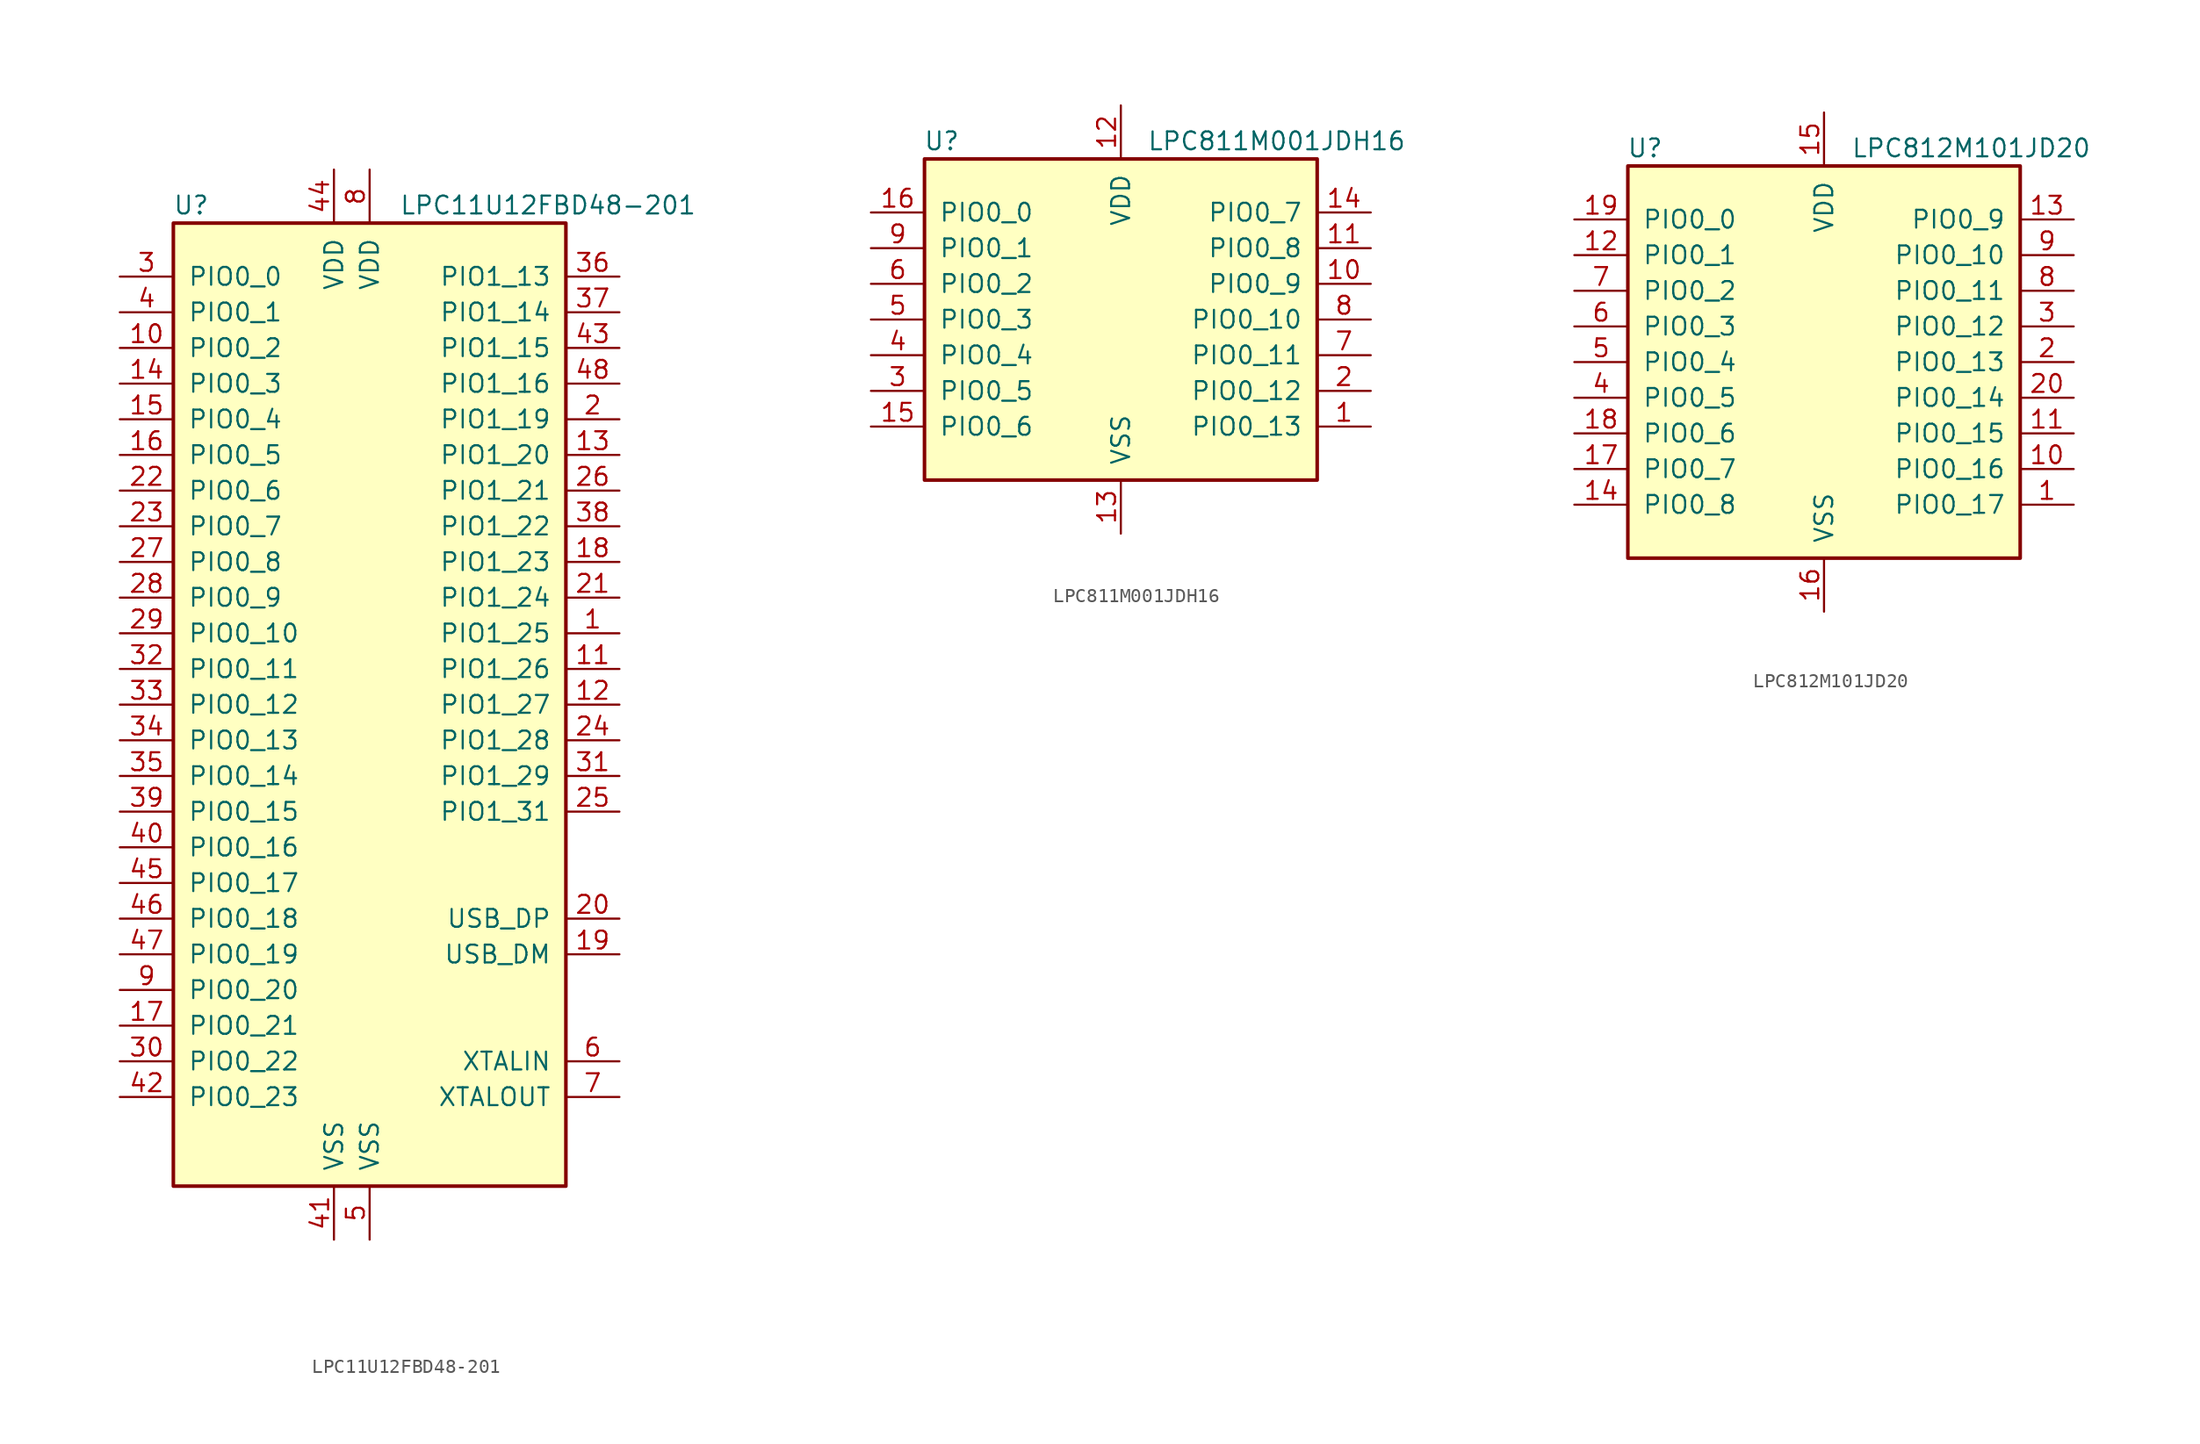
<source format=kicad_sym>
(kicad_symbol_lib
  (version 20220914)
  (generator kicad_symbol_editor)
  (symbol "LPC11U12FBD48-201"
    (pin_names
      (offset 1.016))
    (property "Reference" "U"
      (at -12.7 35.56 0)
      (effects (font (size 1.27 1.27))))
    (property "Value" "LPC11U12FBD48-201"
      (at 12.7 35.56 0)
      (effects (font (size 1.27 1.27))))
    (symbol "LPC11U12FBD48-201_0_1"
      (rectangle (start -13.97 34.29) (end 13.97 -34.29) (stroke (width 0.254) (type default)) (fill (type background))))
    (symbol "LPC11U12FBD48-201_1_1"
      (pin bidirectional line (at 17.78 5.08 180) (length 3.81) (name "PIO1_25" (effects (font (size 1.27 1.27)))) (number "1" (effects (font (size 1.27 1.27)))))
      (pin bidirectional line (at -17.78 25.4 0) (length 3.81) (name "PIO0_2" (effects (font (size 1.27 1.27)))) (number "10" (effects (font (size 1.27 1.27)))))
      (pin bidirectional line (at 17.78 2.54 180) (length 3.81) (name "PIO1_26" (effects (font (size 1.27 1.27)))) (number "11" (effects (font (size 1.27 1.27)))))
      (pin bidirectional line (at 17.78 0 180) (length 3.81) (name "PIO1_27" (effects (font (size 1.27 1.27)))) (number "12" (effects (font (size 1.27 1.27)))))
      (pin bidirectional line (at 17.78 17.78 180) (length 3.81) (name "PIO1_20" (effects (font (size 1.27 1.27)))) (number "13" (effects (font (size 1.27 1.27)))))
      (pin bidirectional line (at -17.78 22.86 0) (length 3.81) (name "PIO0_3" (effects (font (size 1.27 1.27)))) (number "14" (effects (font (size 1.27 1.27)))))
      (pin bidirectional line (at -17.78 20.32 0) (length 3.81) (name "PIO0_4" (effects (font (size 1.27 1.27)))) (number "15" (effects (font (size 1.27 1.27)))))
      (pin bidirectional line (at -17.78 17.78 0) (length 3.81) (name "PIO0_5" (effects (font (size 1.27 1.27)))) (number "16" (effects (font (size 1.27 1.27)))))
      (pin bidirectional line (at -17.78 -22.86 0) (length 3.81) (name "PIO0_21" (effects (font (size 1.27 1.27)))) (number "17" (effects (font (size 1.27 1.27)))))
      (pin bidirectional line (at 17.78 10.16 180) (length 3.81) (name "PIO1_23" (effects (font (size 1.27 1.27)))) (number "18" (effects (font (size 1.27 1.27)))))
      (pin bidirectional line (at 17.78 -17.78 180) (length 3.81) (name "USB_DM" (effects (font (size 1.27 1.27)))) (number "19" (effects (font (size 1.27 1.27)))))
      (pin bidirectional line (at 17.78 20.32 180) (length 3.81) (name "PIO1_19" (effects (font (size 1.27 1.27)))) (number "2" (effects (font (size 1.27 1.27)))))
      (pin bidirectional line (at 17.78 -15.24 180) (length 3.81) (name "USB_DP" (effects (font (size 1.27 1.27)))) (number "20" (effects (font (size 1.27 1.27)))))
      (pin bidirectional line (at 17.78 7.62 180) (length 3.81) (name "PIO1_24" (effects (font (size 1.27 1.27)))) (number "21" (effects (font (size 1.27 1.27)))))
      (pin bidirectional line (at -17.78 15.24 0) (length 3.81) (name "PIO0_6" (effects (font (size 1.27 1.27)))) (number "22" (effects (font (size 1.27 1.27)))))
      (pin bidirectional line (at -17.78 12.7 0) (length 3.81) (name "PIO0_7" (effects (font (size 1.27 1.27)))) (number "23" (effects (font (size 1.27 1.27)))))
      (pin bidirectional line (at 17.78 -2.54 180) (length 3.81) (name "PIO1_28" (effects (font (size 1.27 1.27)))) (number "24" (effects (font (size 1.27 1.27)))))
      (pin bidirectional line (at 17.78 -7.62 180) (length 3.81) (name "PIO1_31" (effects (font (size 1.27 1.27)))) (number "25" (effects (font (size 1.27 1.27)))))
      (pin bidirectional line (at 17.78 15.24 180) (length 3.81) (name "PIO1_21" (effects (font (size 1.27 1.27)))) (number "26" (effects (font (size 1.27 1.27)))))
      (pin bidirectional line (at -17.78 10.16 0) (length 3.81) (name "PIO0_8" (effects (font (size 1.27 1.27)))) (number "27" (effects (font (size 1.27 1.27)))))
      (pin bidirectional line (at -17.78 7.62 0) (length 3.81) (name "PIO0_9" (effects (font (size 1.27 1.27)))) (number "28" (effects (font (size 1.27 1.27)))))
      (pin bidirectional line (at -17.78 5.08 0) (length 3.81) (name "PIO0_10" (effects (font (size 1.27 1.27)))) (number "29" (effects (font (size 1.27 1.27)))))
      (pin bidirectional line (at -17.78 30.48 0) (length 3.81) (name "PIO0_0" (effects (font (size 1.27 1.27)))) (number "3" (effects (font (size 1.27 1.27)))))
      (pin bidirectional line (at -17.78 -25.4 0) (length 3.81) (name "PIO0_22" (effects (font (size 1.27 1.27)))) (number "30" (effects (font (size 1.27 1.27)))))
      (pin bidirectional line (at 17.78 -5.08 180) (length 3.81) (name "PIO1_29" (effects (font (size 1.27 1.27)))) (number "31" (effects (font (size 1.27 1.27)))))
      (pin bidirectional line (at -17.78 2.54 0) (length 3.81) (name "PIO0_11" (effects (font (size 1.27 1.27)))) (number "32" (effects (font (size 1.27 1.27)))))
      (pin bidirectional line (at -17.78 0 0) (length 3.81) (name "PIO0_12" (effects (font (size 1.27 1.27)))) (number "33" (effects (font (size 1.27 1.27)))))
      (pin bidirectional line (at -17.78 -2.54 0) (length 3.81) (name "PIO0_13" (effects (font (size 1.27 1.27)))) (number "34" (effects (font (size 1.27 1.27)))))
      (pin bidirectional line (at -17.78 -5.08 0) (length 3.81) (name "PIO0_14" (effects (font (size 1.27 1.27)))) (number "35" (effects (font (size 1.27 1.27)))))
      (pin bidirectional line (at 17.78 30.48 180) (length 3.81) (name "PIO1_13" (effects (font (size 1.27 1.27)))) (number "36" (effects (font (size 1.27 1.27)))))
      (pin bidirectional line (at 17.78 27.94 180) (length 3.81) (name "PIO1_14" (effects (font (size 1.27 1.27)))) (number "37" (effects (font (size 1.27 1.27)))))
      (pin bidirectional line (at 17.78 12.7 180) (length 3.81) (name "PIO1_22" (effects (font (size 1.27 1.27)))) (number "38" (effects (font (size 1.27 1.27)))))
      (pin bidirectional line (at -17.78 -7.62 0) (length 3.81) (name "PIO0_15" (effects (font (size 1.27 1.27)))) (number "39" (effects (font (size 1.27 1.27)))))
      (pin bidirectional line (at -17.78 27.94 0) (length 3.81) (name "PIO0_1" (effects (font (size 1.27 1.27)))) (number "4" (effects (font (size 1.27 1.27)))))
      (pin bidirectional line (at -17.78 -10.16 0) (length 3.81) (name "PIO0_16" (effects (font (size 1.27 1.27)))) (number "40" (effects (font (size 1.27 1.27)))))
      (pin power_in line (at -2.54 -38.1 90) (length 3.81) (name "VSS" (effects (font (size 1.27 1.27)))) (number "41" (effects (font (size 1.27 1.27)))))
      (pin bidirectional line (at -17.78 -27.94 0) (length 3.81) (name "PIO0_23" (effects (font (size 1.27 1.27)))) (number "42" (effects (font (size 1.27 1.27)))))
      (pin bidirectional line (at 17.78 25.4 180) (length 3.81) (name "PIO1_15" (effects (font (size 1.27 1.27)))) (number "43" (effects (font (size 1.27 1.27)))))
      (pin power_in line (at -2.54 38.1 270) (length 3.81) (name "VDD" (effects (font (size 1.27 1.27)))) (number "44" (effects (font (size 1.27 1.27)))))
      (pin bidirectional line (at -17.78 -12.7 0) (length 3.81) (name "PIO0_17" (effects (font (size 1.27 1.27)))) (number "45" (effects (font (size 1.27 1.27)))))
      (pin bidirectional line (at -17.78 -15.24 0) (length 3.81) (name "PIO0_18" (effects (font (size 1.27 1.27)))) (number "46" (effects (font (size 1.27 1.27)))))
      (pin bidirectional line (at -17.78 -17.78 0) (length 3.81) (name "PIO0_19" (effects (font (size 1.27 1.27)))) (number "47" (effects (font (size 1.27 1.27)))))
      (pin bidirectional line (at 17.78 22.86 180) (length 3.81) (name "PIO1_16" (effects (font (size 1.27 1.27)))) (number "48" (effects (font (size 1.27 1.27)))))
      (pin power_in line (at 0 -38.1 90) (length 3.81) (name "VSS" (effects (font (size 1.27 1.27)))) (number "5" (effects (font (size 1.27 1.27)))))
      (pin input line (at 17.78 -25.4 180) (length 3.81) (name "XTALIN" (effects (font (size 1.27 1.27)))) (number "6" (effects (font (size 1.27 1.27)))))
      (pin output line (at 17.78 -27.94 180) (length 3.81) (name "XTALOUT" (effects (font (size 1.27 1.27)))) (number "7" (effects (font (size 1.27 1.27)))))
      (pin power_in line (at 0 38.1 270) (length 3.81) (name "VDD" (effects (font (size 1.27 1.27)))) (number "8" (effects (font (size 1.27 1.27)))))
      (pin bidirectional line (at -17.78 -20.32 0) (length 3.81) (name "PIO0_20" (effects (font (size 1.27 1.27)))) (number "9" (effects (font (size 1.27 1.27)))))))
  (symbol "LPC811M001JDH16"
    (pin_names
      (offset 1.016))
    (property "Reference" "U"
      (at -11.43 12.7 0)
      (effects (font (size 1.27 1.27)) (justify right)))
    (property "Value" "LPC811M001JDH16"
      (at 20.32 12.7 0)
      (effects (font (size 1.27 1.27)) (justify right)))
    (symbol "LPC811M001JDH16_0_1"
      (rectangle (start 13.97 11.43) (end -13.97 -11.43) (stroke (width 0.254) (type default)) (fill (type background))))
    (symbol "LPC811M001JDH16_1_1"
      (pin bidirectional line (at 17.78 -7.62 180) (length 3.81) (name "PIO0_13" (effects (font (size 1.27 1.27)))) (number "1" (effects (font (size 1.27 1.27)))))
      (pin bidirectional line (at 17.78 2.54 180) (length 3.81) (name "PIO0_9" (effects (font (size 1.27 1.27)))) (number "10" (effects (font (size 1.27 1.27)))))
      (pin bidirectional line (at 17.78 5.08 180) (length 3.81) (name "PIO0_8" (effects (font (size 1.27 1.27)))) (number "11" (effects (font (size 1.27 1.27)))))
      (pin power_in line (at 0 15.24 270) (length 3.81) (name "VDD" (effects (font (size 1.27 1.27)))) (number "12" (effects (font (size 1.27 1.27)))))
      (pin power_in line (at 0 -15.24 90) (length 3.81) (name "VSS" (effects (font (size 1.27 1.27)))) (number "13" (effects (font (size 1.27 1.27)))))
      (pin bidirectional line (at 17.78 7.62 180) (length 3.81) (name "PIO0_7" (effects (font (size 1.27 1.27)))) (number "14" (effects (font (size 1.27 1.27)))))
      (pin bidirectional line (at -17.78 -7.62 0) (length 3.81) (name "PIO0_6" (effects (font (size 1.27 1.27)))) (number "15" (effects (font (size 1.27 1.27)))))
      (pin bidirectional line (at -17.78 7.62 0) (length 3.81) (name "PIO0_0" (effects (font (size 1.27 1.27)))) (number "16" (effects (font (size 1.27 1.27)))))
      (pin bidirectional line (at 17.78 -5.08 180) (length 3.81) (name "PIO0_12" (effects (font (size 1.27 1.27)))) (number "2" (effects (font (size 1.27 1.27)))))
      (pin bidirectional line (at -17.78 -5.08 0) (length 3.81) (name "PIO0_5" (effects (font (size 1.27 1.27)))) (number "3" (effects (font (size 1.27 1.27)))))
      (pin bidirectional line (at -17.78 -2.54 0) (length 3.81) (name "PIO0_4" (effects (font (size 1.27 1.27)))) (number "4" (effects (font (size 1.27 1.27)))))
      (pin bidirectional line (at -17.78 0 0) (length 3.81) (name "PIO0_3" (effects (font (size 1.27 1.27)))) (number "5" (effects (font (size 1.27 1.27)))))
      (pin bidirectional line (at -17.78 2.54 0) (length 3.81) (name "PIO0_2" (effects (font (size 1.27 1.27)))) (number "6" (effects (font (size 1.27 1.27)))))
      (pin bidirectional line (at 17.78 -2.54 180) (length 3.81) (name "PIO0_11" (effects (font (size 1.27 1.27)))) (number "7" (effects (font (size 1.27 1.27)))))
      (pin bidirectional line (at 17.78 0 180) (length 3.81) (name "PIO0_10" (effects (font (size 1.27 1.27)))) (number "8" (effects (font (size 1.27 1.27)))))
      (pin bidirectional line (at -17.78 5.08 0) (length 3.81) (name "PIO0_1" (effects (font (size 1.27 1.27)))) (number "9" (effects (font (size 1.27 1.27)))))))
  (symbol "LPC812M101JD20"
    (pin_names
      (offset 1.016))
    (property "Reference" "U"
      (at -11.43 15.24 0)
      (effects (font (size 1.27 1.27)) (justify right)))
    (property "Value" "LPC812M101JD20"
      (at 19.05 15.24 0)
      (effects (font (size 1.27 1.27)) (justify right)))
    (symbol "LPC812M101JD20_0_1"
      (rectangle (start 13.97 13.97) (end -13.97 -13.97) (stroke (width 0.254) (type default)) (fill (type background))))
    (symbol "LPC812M101JD20_1_1"
      (pin bidirectional line (at 17.78 -10.16 180) (length 3.81) (name "PIO0_17" (effects (font (size 1.27 1.27)))) (number "1" (effects (font (size 1.27 1.27)))))
      (pin bidirectional line (at 17.78 -7.62 180) (length 3.81) (name "PIO0_16" (effects (font (size 1.27 1.27)))) (number "10" (effects (font (size 1.27 1.27)))))
      (pin bidirectional line (at 17.78 -5.08 180) (length 3.81) (name "PIO0_15" (effects (font (size 1.27 1.27)))) (number "11" (effects (font (size 1.27 1.27)))))
      (pin bidirectional line (at -17.78 7.62 0) (length 3.81) (name "PIO0_1" (effects (font (size 1.27 1.27)))) (number "12" (effects (font (size 1.27 1.27)))))
      (pin bidirectional line (at 17.78 10.16 180) (length 3.81) (name "PIO0_9" (effects (font (size 1.27 1.27)))) (number "13" (effects (font (size 1.27 1.27)))))
      (pin bidirectional line (at -17.78 -10.16 0) (length 3.81) (name "PIO0_8" (effects (font (size 1.27 1.27)))) (number "14" (effects (font (size 1.27 1.27)))))
      (pin power_in line (at 0 17.78 270) (length 3.81) (name "VDD" (effects (font (size 1.27 1.27)))) (number "15" (effects (font (size 1.27 1.27)))))
      (pin power_in line (at 0 -17.78 90) (length 3.81) (name "VSS" (effects (font (size 1.27 1.27)))) (number "16" (effects (font (size 1.27 1.27)))))
      (pin bidirectional line (at -17.78 -7.62 0) (length 3.81) (name "PIO0_7" (effects (font (size 1.27 1.27)))) (number "17" (effects (font (size 1.27 1.27)))))
      (pin bidirectional line (at -17.78 -5.08 0) (length 3.81) (name "PIO0_6" (effects (font (size 1.27 1.27)))) (number "18" (effects (font (size 1.27 1.27)))))
      (pin bidirectional line (at -17.78 10.16 0) (length 3.81) (name "PIO0_0" (effects (font (size 1.27 1.27)))) (number "19" (effects (font (size 1.27 1.27)))))
      (pin bidirectional line (at 17.78 0 180) (length 3.81) (name "PIO0_13" (effects (font (size 1.27 1.27)))) (number "2" (effects (font (size 1.27 1.27)))))
      (pin bidirectional line (at 17.78 -2.54 180) (length 3.81) (name "PIO0_14" (effects (font (size 1.27 1.27)))) (number "20" (effects (font (size 1.27 1.27)))))
      (pin bidirectional line (at 17.78 2.54 180) (length 3.81) (name "PIO0_12" (effects (font (size 1.27 1.27)))) (number "3" (effects (font (size 1.27 1.27)))))
      (pin bidirectional line (at -17.78 -2.54 0) (length 3.81) (name "PIO0_5" (effects (font (size 1.27 1.27)))) (number "4" (effects (font (size 1.27 1.27)))))
      (pin bidirectional line (at -17.78 0 0) (length 3.81) (name "PIO0_4" (effects (font (size 1.27 1.27)))) (number "5" (effects (font (size 1.27 1.27)))))
      (pin bidirectional line (at -17.78 2.54 0) (length 3.81) (name "PIO0_3" (effects (font (size 1.27 1.27)))) (number "6" (effects (font (size 1.27 1.27)))))
      (pin bidirectional line (at -17.78 5.08 0) (length 3.81) (name "PIO0_2" (effects (font (size 1.27 1.27)))) (number "7" (effects (font (size 1.27 1.27)))))
      (pin bidirectional line (at 17.78 5.08 180) (length 3.81) (name "PIO0_11" (effects (font (size 1.27 1.27)))) (number "8" (effects (font (size 1.27 1.27)))))
      (pin bidirectional line (at 17.78 7.62 180) (length 3.81) (name "PIO0_10" (effects (font (size 1.27 1.27)))) (number "9" (effects (font (size 1.27 1.27))))))))
</source>
